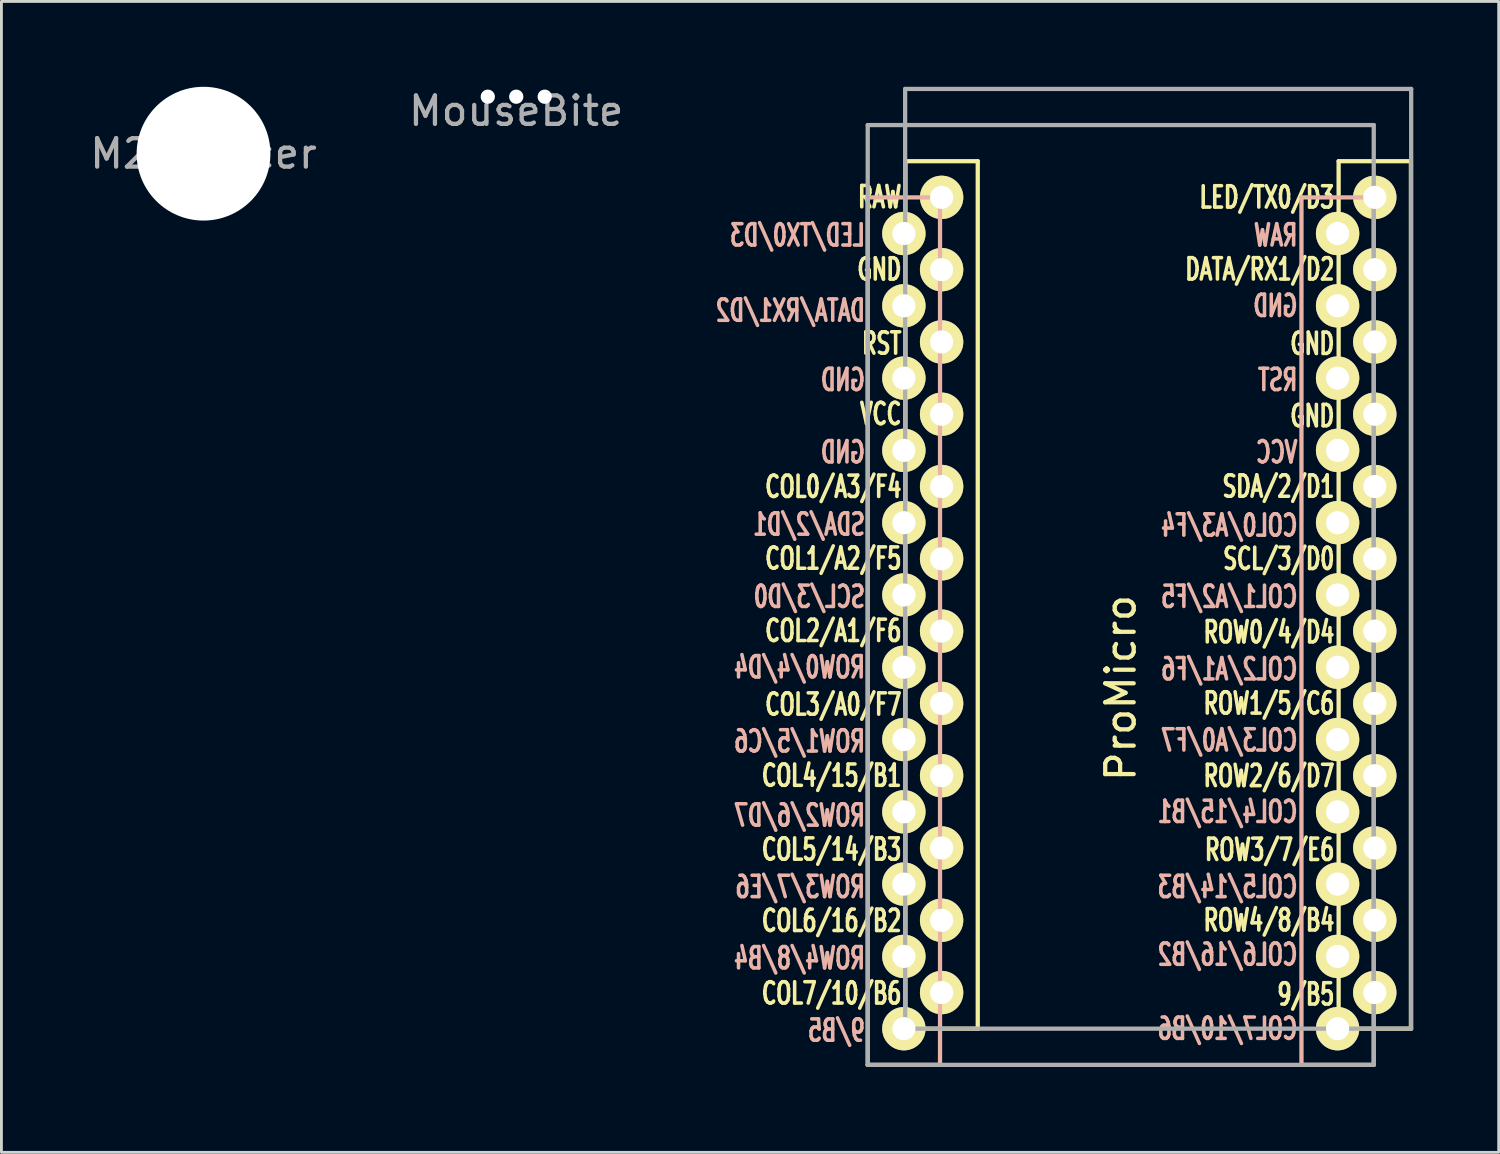
<source format=kicad_pcb>
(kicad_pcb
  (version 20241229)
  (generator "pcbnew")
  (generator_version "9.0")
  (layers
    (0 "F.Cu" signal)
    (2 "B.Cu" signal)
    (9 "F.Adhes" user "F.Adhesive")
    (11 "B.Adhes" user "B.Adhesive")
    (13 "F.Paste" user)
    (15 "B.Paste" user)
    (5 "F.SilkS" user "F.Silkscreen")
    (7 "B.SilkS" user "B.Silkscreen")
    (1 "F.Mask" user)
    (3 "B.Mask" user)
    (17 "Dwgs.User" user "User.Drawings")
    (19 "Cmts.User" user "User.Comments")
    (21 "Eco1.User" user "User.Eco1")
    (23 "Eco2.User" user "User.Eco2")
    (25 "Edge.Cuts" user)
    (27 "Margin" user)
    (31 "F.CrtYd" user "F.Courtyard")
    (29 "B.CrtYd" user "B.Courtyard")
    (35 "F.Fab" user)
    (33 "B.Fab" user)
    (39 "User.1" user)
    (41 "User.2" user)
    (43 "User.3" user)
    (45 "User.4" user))
  (footprint "MouseBite"
    (layer "F.Cu")
    (at 15.089 0.348)
    (property "Reference" "MouseBite" (at 0 0.5 0) (layer "F.Fab") (effects (font (size 1 1) (thickness 0.15))))
    (attr through_hole)
    (pad "" np_thru_hole circle (at -1 0) (size 0.5 0.5) (drill 0.5) (layers "*.Cu" "*.Mask"))
    (pad "" np_thru_hole circle (at 0 0) (size 0.5 0.5) (drill 0.5) (layers "*.Cu" "*.Mask"))
    (pad "" np_thru_hole circle (at 1 0) (size 0.5 0.5) (drill 0.5) (layers "*.Cu" "*.Mask")))
  (footprint "ProMicro"
    (layer "F.Cu")
    (at 37.599 18.363)
    (property "Reference" "ProMicro" (at -1.27 2.762 270) (layer "F.SilkS") (effects (font (size 1 1) (thickness 0.15))))
    (attr through_hole)
    (fp_line (start -8.834 -15.748) (end -6.294 -15.748) (stroke (width 0.15) (type solid)) (layer "F.SilkS"))
    (fp_line (start -8.834 14.732) (end -8.834 -15.748) (stroke (width 0.15) (type solid)) (layer "F.SilkS"))
    (fp_line (start -6.294 -15.748) (end -6.294 14.732) (stroke (width 0.15) (type solid)) (layer "F.SilkS"))
    (fp_line (start -6.294 14.732) (end -8.834 14.732) (stroke (width 0.15) (type solid)) (layer "F.SilkS"))
    (fp_line (start 6.386 -15.748) (end 8.926 -15.748) (stroke (width 0.15) (type solid)) (layer "F.SilkS"))
    (fp_line (start 6.386 14.732) (end 6.386 -15.748) (stroke (width 0.15) (type solid)) (layer "F.SilkS"))
    (fp_line (start 8.926 -15.748) (end 8.926 14.732) (stroke (width 0.15) (type solid)) (layer "F.SilkS"))
    (fp_line (start 8.926 14.732) (end 6.386 14.732) (stroke (width 0.15) (type solid)) (layer "F.SilkS"))
    (fp_line (start -10.16 -14.478) (end -7.62 -14.478) (stroke (width 0.15) (type solid)) (layer "B.SilkS"))
    (fp_line (start -10.16 16.002) (end -10.16 -14.478) (stroke (width 0.15) (type solid)) (layer "B.SilkS"))
    (fp_line (start -7.62 -14.478) (end -7.62 16.002) (stroke (width 0.15) (type solid)) (layer "B.SilkS"))
    (fp_line (start -7.62 16.002) (end -10.16 16.002) (stroke (width 0.15) (type solid)) (layer "B.SilkS"))
    (fp_line (start 5.08 -14.478) (end 7.62 -14.478) (stroke (width 0.15) (type solid)) (layer "B.SilkS"))
    (fp_line (start 5.08 16.002) (end 5.08 -14.478) (stroke (width 0.15) (type solid)) (layer "B.SilkS"))
    (fp_line (start 7.62 -14.478) (end 7.62 16.002) (stroke (width 0.15) (type solid)) (layer "B.SilkS"))
    (fp_line (start 7.62 16.002) (end 5.08 16.002) (stroke (width 0.15) (type solid)) (layer "B.SilkS"))
    (fp_line (start -10.16 -17.018) (end 7.62 -17.018) (stroke (width 0.15) (type solid)) (layer "F.Fab"))
    (fp_line (start -10.16 16.002) (end -10.16 -17.018) (stroke (width 0.15) (type solid)) (layer "F.Fab"))
    (fp_line (start -8.845 -18.288) (end 8.935 -18.288) (stroke (width 0.15) (type solid)) (layer "F.Fab"))
    (fp_line (start -8.845 14.732) (end -8.845 -18.288) (stroke (width 0.15) (type solid)) (layer "F.Fab"))
    (fp_line (start 7.62 -17.018) (end 7.62 16.002) (stroke (width 0.15) (type solid)) (layer "F.Fab"))
    (fp_line (start 7.62 16.002) (end -10.16 16.002) (stroke (width 0.15) (type solid)) (layer "F.Fab"))
    (fp_line (start 8.935 -18.288) (end 8.935 14.732) (stroke (width 0.15) (type solid)) (layer "F.Fab"))
    (fp_line (start 8.935 14.732) (end -8.845 14.732) (stroke (width 0.15) (type solid)) (layer "F.Fab"))
    (fp_text user "COL2/A1/F6" (at -11.37 0.752 0) (layer "F.SilkS") (effects (font (size 0.75 0.5) (thickness 0.125))))
    (fp_text user "GND" (at 5.461 -9.335 0) (layer "F.SilkS") (effects (font (size 0.75 0.5) (thickness 0.125))))
    (fp_text user " " (at -0.5 -17.25 0) (layer "F.SilkS") (effects (font (size 1 1) (thickness 0.15))))
    (fp_text user "COL5/14/B3" (at -11.43 8.435 0) (layer "F.SilkS") (effects (font (size 0.75 0.5) (thickness 0.125))))
    (fp_text user "LED/TX0/D3" (at 3.866 -14.478 0) (layer "F.SilkS") (effects (font (size 0.75 0.5) (thickness 0.125))))
    (fp_text user "COL1/A2/F5" (at -11.37 -1.788 0) (layer "F.SilkS") (effects (font (size 0.75 0.5) (thickness 0.125))))
    (fp_text user "RST" (at -9.668 -9.345 0) (layer "F.SilkS") (effects (font (size 0.75 0.5) (thickness 0.125))))
    (fp_text user "ROW4/8/B4" (at 3.938 10.922 0) (layer "F.SilkS") (effects (font (size 0.75 0.5) (thickness 0.125))))
    (fp_text user "ROW0/4/D4" (at 3.938 0.8 0) (layer "F.SilkS") (effects (font (size 0.75 0.5) (thickness 0.125))))
    (fp_text user "VCC" (at -9.703 -6.868 0) (layer "F.SilkS") (effects (font (size 0.75 0.5) (thickness 0.125))))
    (fp_text user "COL6/16/B2" (at -11.43 10.94 0) (layer "F.SilkS") (effects (font (size 0.75 0.5) (thickness 0.125))))
    (fp_text user "RAW" (at -9.739 -14.488 0) (layer "F.SilkS") (effects (font (size 0.75 0.5) (thickness 0.125))))
    (fp_text user "GND" (at 5.461 -6.795 0) (layer "F.SilkS") (effects (font (size 0.75 0.5) (thickness 0.125))))
    (fp_text user "9/B5" (at 5.235 13.525 0) (layer "F.SilkS") (effects (font (size 0.75 0.5) (thickness 0.125))))
    (fp_text user "DATA/RX1/D2" (at 3.616 -11.95 0) (layer "F.SilkS") (effects (font (size 0.75 0.5) (thickness 0.125))))
    (fp_text user "COL0/A3/F4" (at -11.37 -4.31 0) (layer "F.SilkS") (effects (font (size 0.75 0.5) (thickness 0.125))))
    (fp_text user "SDA/2/D1" (at 4.271 -4.318 0) (layer "F.SilkS") (effects (font (size 0.75 0.5) (thickness 0.125))))
    (fp_text user "COL7/10/B6" (at -11.43 13.49 0) (layer "F.SilkS") (effects (font (size 0.75 0.5) (thickness 0.125))))
    (fp_text user "COL3/A0/F7" (at -11.37 3.34 0) (layer "F.SilkS") (effects (font (size 0.75 0.5) (thickness 0.125))))
    (fp_text user "ROW1/5/C6" (at 3.938 3.302 0) (layer "F.SilkS") (effects (font (size 0.75 0.5) (thickness 0.125))))
    (fp_text user "GND" (at -9.751 -11.948 0) (layer "F.SilkS") (effects (font (size 0.75 0.5) (thickness 0.125))))
    (fp_text user "COL4/15/B1" (at -11.43 5.84 0) (layer "F.SilkS") (effects (font (size 0.75 0.5) (thickness 0.125))))
    (fp_text user "ROW2/6/D7" (at 3.938 5.85 0) (layer "F.SilkS") (effects (font (size 0.75 0.5) (thickness 0.125))))
    (fp_text user "SCL/3/D0" (at 4.283 -1.778 0) (layer "F.SilkS") (effects (font (size 0.75 0.5) (thickness 0.125))))
    (fp_text user "ROW3/7/E6" (at 3.961 8.445 0) (layer "F.SilkS") (effects (font (size 0.75 0.5) (thickness 0.125))))
    (fp_text user "RAW" (at 4.174 -13.145 0) (layer "B.SilkS") (effects (font (size 0.75 0.5) (thickness 0.125)) (justify mirror)))
    (fp_text user "GND" (at 4.162 -10.668 0) (layer "B.SilkS") (effects (font (size 0.75 0.5) (thickness 0.125)) (justify mirror)))
    (fp_text user "COL1/A2/F5" (at 2.543 -0.445 0) (layer "B.SilkS") (effects (font (size 0.75 0.5) (thickness 0.125)) (justify mirror)))
    (fp_text user "SDA/2/D1" (at -12.223 -2.985 0) (layer "B.SilkS") (effects (font (size 0.75 0.5) (thickness 0.125)) (justify mirror)))
    (fp_text user "ROW3/7/E6" (at -12.533 9.75 0) (layer "B.SilkS") (effects (font (size 0.75 0.5) (thickness 0.125)) (justify mirror)))
    (fp_text user "GND" (at -11.033 -5.524 0) (layer "B.SilkS") (effects (font (size 0.75 0.5) (thickness 0.125)) (justify mirror)))
    (fp_text user "LED/TX0/D3" (at -12.628 -13.145 0) (layer "B.SilkS") (effects (font (size 0.75 0.5) (thickness 0.125)) (justify mirror)))
    (fp_text user "DATA/RX1/D2" (at -12.878 -10.5 0) (layer "B.SilkS") (effects (font (size 0.75 0.5) (thickness 0.125)) (justify mirror)))
    (fp_text user "COL3/A0/F7" (at 2.543 4.6 0) (layer "B.SilkS") (effects (font (size 0.75 0.5) (thickness 0.125)) (justify mirror)))
    (fp_text user "COL7/10/B6" (at 2.483 14.732 0) (layer "B.SilkS") (effects (font (size 0.75 0.5) (thickness 0.125)) (justify mirror)))
    (fp_text user "COL0/A3/F4" (at 2.543 -2.95 0) (layer "B.SilkS") (effects (font (size 0.75 0.5) (thickness 0.125)) (justify mirror)))
    (fp_text user "RST" (at 4.245 -8.065 0) (layer "B.SilkS") (effects (font (size 0.75 0.5) (thickness 0.125)) (justify mirror)))
    (fp_text user "VCC" (at 4.21 -5.524 0) (layer "B.SilkS") (effects (font (size 0.75 0.5) (thickness 0.125)) (justify mirror)))
    (fp_text user " " (at -1.206 -16.256 0) (layer "B.SilkS") (effects (font (size 1 1) (thickness 0.15)) (justify mirror)))
    (fp_text user "ROW1/5/C6" (at -12.557 4.636 0) (layer "B.SilkS") (effects (font (size 0.75 0.5) (thickness 0.125)) (justify mirror)))
    (fp_text user "COL2/A1/F6" (at 2.543 2.1 0) (layer "B.SilkS") (effects (font (size 0.75 0.5) (thickness 0.125)) (justify mirror)))
    (fp_text user "SCL/3/D0" (at -12.211 -0.445 0) (layer "B.SilkS") (effects (font (size 0.75 0.5) (thickness 0.125)) (justify mirror)))
    (fp_text user "COL6/16/B2" (at 2.483 12.129 0) (layer "B.SilkS") (effects (font (size 0.75 0.5) (thickness 0.125)) (justify mirror)))
    (fp_text user "ROW4/8/B4" (at -12.557 12.255 0) (layer "B.SilkS") (effects (font (size 0.75 0.5) (thickness 0.125)) (justify mirror)))
    (fp_text user "ROW0/4/D4" (at -12.557 2.032 0) (layer "B.SilkS") (effects (font (size 0.75 0.5) (thickness 0.125)) (justify mirror)))
    (fp_text user "ROW2/6/D7" (at -12.557 7.239 0) (layer "B.SilkS") (effects (font (size 0.75 0.5) (thickness 0.125)) (justify mirror)))
    (fp_text user "9/B5" (at -11.259 14.796 0) (layer "B.SilkS") (effects (font (size 0.75 0.5) (thickness 0.125)) (justify mirror)))
    (fp_text user "COL5/14/B3" (at 2.483 9.75 0) (layer "B.SilkS") (effects (font (size 0.75 0.5) (thickness 0.125)) (justify mirror)))
    (fp_text user "GND" (at -11.033 -8.065 0) (layer "B.SilkS") (effects (font (size 0.75 0.5) (thickness 0.125)) (justify mirror)))
    (fp_text user "COL4/15/B1" (at 2.483 7.112 0) (layer "B.SilkS") (effects (font (size 0.75 0.5) (thickness 0.125)) (justify mirror)))
    (pad "1" thru_hole circle (at -8.89 -13.208) (size 1.524 1.524) (drill 0.813) (layers "*.Cu" "*.Mask" "F.SilkS"))
    (pad "1" thru_hole circle (at 7.656 -14.478) (size 1.524 1.524) (drill 0.813) (layers "*.Cu" "*.Mask" "F.SilkS"))
    (pad "2" thru_hole circle (at -8.89 -10.668) (size 1.524 1.524) (drill 0.813) (layers "*.Cu" "*.Mask" "F.SilkS"))
    (pad "2" thru_hole circle (at 7.656 -11.938) (size 1.524 1.524) (drill 0.813) (layers "*.Cu" "*.Mask" "F.SilkS"))
    (pad "3" thru_hole circle (at -8.89 -8.128) (size 1.524 1.524) (drill 0.813) (layers "*.Cu" "*.Mask" "F.SilkS"))
    (pad "3" thru_hole circle (at 7.656 -9.398) (size 1.524 1.524) (drill 0.813) (layers "*.Cu" "*.Mask" "F.SilkS"))
    (pad "4" thru_hole circle (at -8.89 -5.588) (size 1.524 1.524) (drill 0.813) (layers "*.Cu" "*.Mask" "F.SilkS"))
    (pad "4" thru_hole circle (at 7.656 -6.858) (size 1.524 1.524) (drill 0.813) (layers "*.Cu" "*.Mask" "F.SilkS"))
    (pad "5" thru_hole circle (at -8.89 -3.048) (size 1.524 1.524) (drill 0.813) (layers "*.Cu" "*.Mask" "F.SilkS"))
    (pad "5" thru_hole circle (at 7.656 -4.318) (size 1.524 1.524) (drill 0.813) (layers "*.Cu" "*.Mask" "F.SilkS"))
    (pad "6" thru_hole circle (at -8.89 -0.508) (size 1.524 1.524) (drill 0.813) (layers "*.Cu" "*.Mask" "F.SilkS"))
    (pad "6" thru_hole circle (at 7.656 -1.778) (size 1.524 1.524) (drill 0.813) (layers "*.Cu" "*.Mask" "F.SilkS"))
    (pad "7" thru_hole circle (at -8.89 2.032) (size 1.524 1.524) (drill 0.813) (layers "*.Cu" "*.Mask" "F.SilkS"))
    (pad "7" thru_hole circle (at 7.656 0.762) (size 1.524 1.524) (drill 0.813) (layers "*.Cu" "*.Mask" "F.SilkS"))
    (pad "8" thru_hole circle (at -8.89 4.572) (size 1.524 1.524) (drill 0.813) (layers "*.Cu" "*.Mask" "F.SilkS"))
    (pad "8" thru_hole circle (at 7.656 3.302) (size 1.524 1.524) (drill 0.813) (layers "*.Cu" "*.Mask" "F.SilkS"))
    (pad "9" thru_hole circle (at -8.89 7.112) (size 1.524 1.524) (drill 0.813) (layers "*.Cu" "*.Mask" "F.SilkS"))
    (pad "9" thru_hole circle (at 7.656 5.842) (size 1.524 1.524) (drill 0.813) (layers "*.Cu" "*.Mask" "F.SilkS"))
    (pad "10" thru_hole circle (at -8.89 9.652) (size 1.524 1.524) (drill 0.813) (layers "*.Cu" "*.Mask" "F.SilkS"))
    (pad "10" thru_hole circle (at 7.656 8.382) (size 1.524 1.524) (drill 0.813) (layers "*.Cu" "*.Mask" "F.SilkS"))
    (pad "11" thru_hole circle (at -8.89 12.192) (size 1.524 1.524) (drill 0.813) (layers "*.Cu" "*.Mask" "F.SilkS"))
    (pad "11" thru_hole circle (at 7.656 10.922) (size 1.524 1.524) (drill 0.813) (layers "*.Cu" "*.Mask" "F.SilkS"))
    (pad "12" thru_hole circle (at -8.89 14.732) (size 1.524 1.524) (drill 0.813) (layers "*.Cu" "*.Mask" "F.SilkS"))
    (pad "12" thru_hole circle (at 7.656 13.462) (size 1.524 1.524) (drill 0.813) (layers "*.Cu" "*.Mask" "F.SilkS"))
    (pad "13" thru_hole circle (at -7.564 13.462) (size 1.524 1.524) (drill 0.813) (layers "*.Cu" "*.Mask" "F.SilkS"))
    (pad "13" thru_hole circle (at 6.35 14.732) (size 1.524 1.524) (drill 0.813) (layers "*.Cu" "*.Mask" "F.SilkS"))
    (pad "14" thru_hole circle (at -7.564 10.922) (size 1.524 1.524) (drill 0.813) (layers "*.Cu" "*.Mask" "F.SilkS"))
    (pad "14" thru_hole circle (at 6.35 12.192) (size 1.524 1.524) (drill 0.813) (layers "*.Cu" "*.Mask" "F.SilkS"))
    (pad "15" thru_hole circle (at -7.564 8.382) (size 1.524 1.524) (drill 0.813) (layers "*.Cu" "*.Mask" "F.SilkS"))
    (pad "15" thru_hole circle (at 6.35 9.652) (size 1.524 1.524) (drill 0.813) (layers "*.Cu" "*.Mask" "F.SilkS"))
    (pad "16" thru_hole circle (at -7.564 5.842) (size 1.524 1.524) (drill 0.813) (layers "*.Cu" "*.Mask" "F.SilkS"))
    (pad "16" thru_hole circle (at 6.35 7.112) (size 1.524 1.524) (drill 0.813) (layers "*.Cu" "*.Mask" "F.SilkS"))
    (pad "17" thru_hole circle (at -7.564 3.302) (size 1.524 1.524) (drill 0.813) (layers "*.Cu" "*.Mask" "F.SilkS"))
    (pad "17" thru_hole circle (at 6.35 4.572) (size 1.524 1.524) (drill 0.813) (layers "*.Cu" "*.Mask" "F.SilkS"))
    (pad "18" thru_hole circle (at -7.564 0.762) (size 1.524 1.524) (drill 0.813) (layers "*.Cu" "*.Mask" "F.SilkS"))
    (pad "18" thru_hole circle (at 6.35 2.032) (size 1.524 1.524) (drill 0.813) (layers "*.Cu" "*.Mask" "F.SilkS"))
    (pad "19" thru_hole circle (at -7.564 -1.778) (size 1.524 1.524) (drill 0.813) (layers "*.Cu" "*.Mask" "F.SilkS"))
    (pad "19" thru_hole circle (at 6.35 -0.508) (size 1.524 1.524) (drill 0.813) (layers "*.Cu" "*.Mask" "F.SilkS"))
    (pad "20" thru_hole circle (at -7.564 -4.318) (size 1.524 1.524) (drill 0.813) (layers "*.Cu" "*.Mask" "F.SilkS"))
    (pad "20" thru_hole circle (at 6.35 -3.048) (size 1.524 1.524) (drill 0.813) (layers "*.Cu" "*.Mask" "F.SilkS"))
    (pad "21" thru_hole circle (at -7.564 -6.858) (size 1.524 1.524) (drill 0.813) (layers "*.Cu" "*.Mask" "F.SilkS"))
    (pad "21" thru_hole circle (at 6.35 -5.588) (size 1.524 1.524) (drill 0.813) (layers "*.Cu" "*.Mask" "F.SilkS"))
    (pad "22" thru_hole circle (at -7.564 -9.398) (size 1.524 1.524) (drill 0.813) (layers "*.Cu" "*.Mask" "F.SilkS"))
    (pad "22" thru_hole circle (at 6.35 -8.128) (size 1.524 1.524) (drill 0.813) (layers "*.Cu" "*.Mask" "F.SilkS"))
    (pad "23" thru_hole circle (at -7.564 -11.938) (size 1.524 1.524) (drill 0.813) (layers "*.Cu" "*.Mask" "F.SilkS"))
    (pad "23" thru_hole circle (at 6.35 -10.668) (size 1.524 1.524) (drill 0.813) (layers "*.Cu" "*.Mask" "F.SilkS"))
    (pad "24" thru_hole circle (at -7.564 -14.478) (size 1.524 1.524) (drill 0.813) (layers "*.Cu" "*.Mask" "F.SilkS"))
    (pad "24" thru_hole circle (at 6.35 -13.208) (size 1.524 1.524) (drill 0.813) (layers "*.Cu" "*.Mask" "F.SilkS")))
  (footprint "M2_Spacer"
    (layer "F.Cu")
    (at 4.101 2.35)
    (property "Reference" "M2_Spacer" (at 0 0 0) (layer "F.Fab") (effects (font (size 1 1) (thickness 0.15))))
    (attr through_hole)
    (fp_circle (center 0 0) (end 2.25 0) (stroke (width 0.05) (type solid)) (fill no) (layer "F.CrtYd"))
    (pad "" np_thru_hole circle (at 0 0) (size 4.7 4.7) (drill 4.7) (layers "*.Cu" "*.Mask")))
  (gr_rect
    (start -3 -3)
    (end 49.609 37.44)
    (stroke (width 0.1) (type default))
    (fill no)
    (layer "Edge.Cuts")))
</source>
